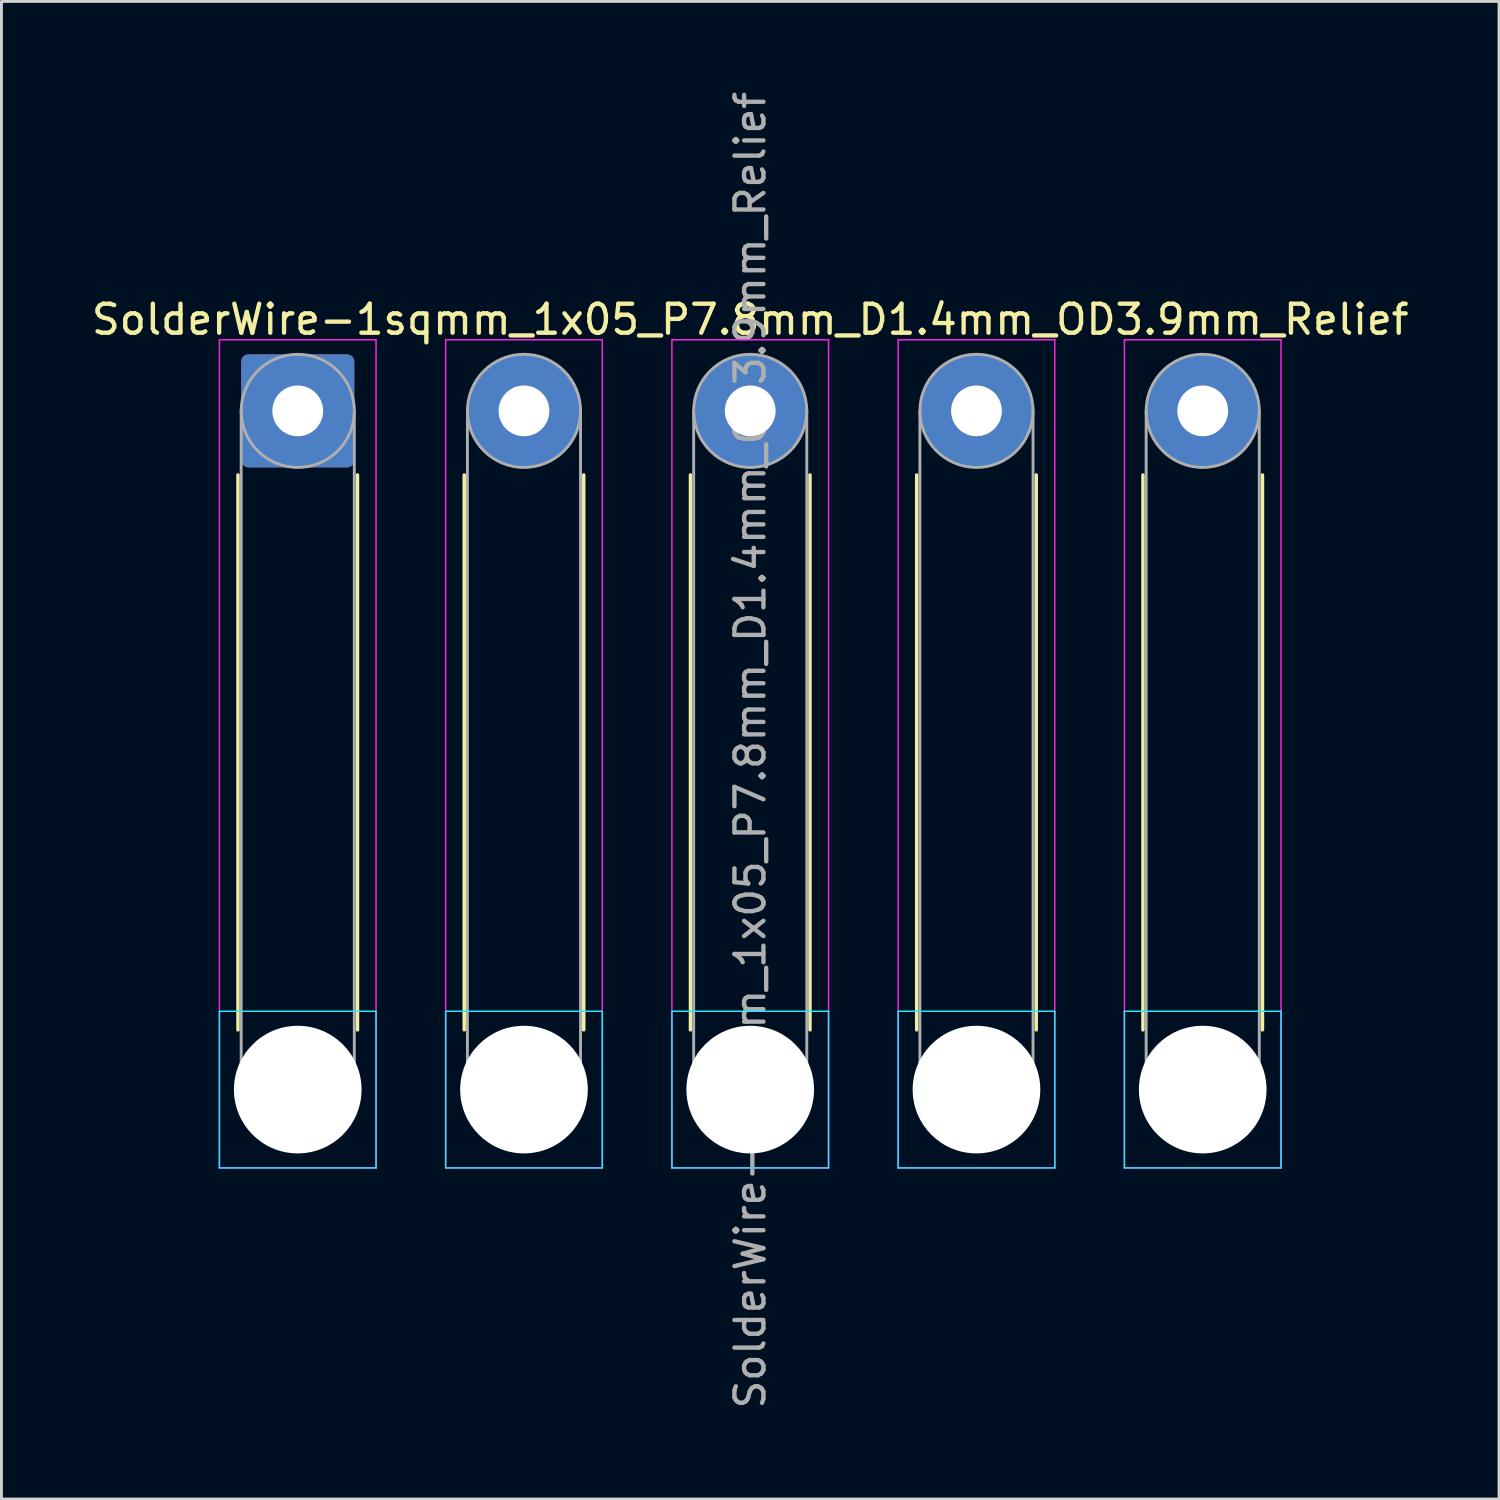
<source format=kicad_pcb>
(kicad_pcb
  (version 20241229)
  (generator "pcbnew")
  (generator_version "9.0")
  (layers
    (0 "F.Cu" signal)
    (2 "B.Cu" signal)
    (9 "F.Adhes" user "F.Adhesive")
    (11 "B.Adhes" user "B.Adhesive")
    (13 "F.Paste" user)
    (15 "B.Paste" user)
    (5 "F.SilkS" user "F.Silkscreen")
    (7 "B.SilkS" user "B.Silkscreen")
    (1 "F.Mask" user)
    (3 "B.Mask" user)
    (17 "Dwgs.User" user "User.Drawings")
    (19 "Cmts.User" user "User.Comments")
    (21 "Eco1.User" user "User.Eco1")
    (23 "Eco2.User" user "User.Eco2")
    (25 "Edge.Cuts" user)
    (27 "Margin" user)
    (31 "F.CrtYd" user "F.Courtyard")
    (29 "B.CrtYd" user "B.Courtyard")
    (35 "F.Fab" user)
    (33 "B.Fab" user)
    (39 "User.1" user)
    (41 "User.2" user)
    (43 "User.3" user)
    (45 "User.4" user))
  (footprint "SolderWire-1sqmm_1x05_P7.8mm_D1.4mm_OD3.9mm_Relief"
    (layer "F.Cu")
    (at 7.215 11.115)
    (property "Reference" "SolderWire-1sqmm_1x05_P7.8mm_D1.4mm_OD3.9mm_Relief" (at 15.6 -3.15 0) (layer "F.SilkS") (effects (font (size 1 1) (thickness 0.15))))
    (attr exclude_from_pos_files exclude_from_bom)
    (fp_line (start -2.06 2.21) (end -2.06 21.34) (stroke (width 0.12) (type solid)) (layer "F.SilkS"))
    (fp_line (start 2.06 2.21) (end 2.06 21.34) (stroke (width 0.12) (type solid)) (layer "F.SilkS"))
    (fp_line (start 5.74 2.21) (end 5.74 21.34) (stroke (width 0.12) (type solid)) (layer "F.SilkS"))
    (fp_line (start 9.86 2.21) (end 9.86 21.34) (stroke (width 0.12) (type solid)) (layer "F.SilkS"))
    (fp_line (start 13.54 2.21) (end 13.54 21.34) (stroke (width 0.12) (type solid)) (layer "F.SilkS"))
    (fp_line (start 17.66 2.21) (end 17.66 21.34) (stroke (width 0.12) (type solid)) (layer "F.SilkS"))
    (fp_line (start 21.34 2.21) (end 21.34 21.34) (stroke (width 0.12) (type solid)) (layer "F.SilkS"))
    (fp_line (start 25.46 2.21) (end 25.46 21.34) (stroke (width 0.12) (type solid)) (layer "F.SilkS"))
    (fp_line (start 29.14 2.21) (end 29.14 21.34) (stroke (width 0.12) (type solid)) (layer "F.SilkS"))
    (fp_line (start 33.26 2.21) (end 33.26 21.34) (stroke (width 0.12) (type solid)) (layer "F.SilkS"))
    (fp_line (start -2.7 20.7) (end -2.7 26.1) (stroke (width 0.05) (type solid)) (layer "B.CrtYd"))
    (fp_line (start -2.7 26.1) (end 2.7 26.1) (stroke (width 0.05) (type solid)) (layer "B.CrtYd"))
    (fp_line (start 2.7 20.7) (end -2.7 20.7) (stroke (width 0.05) (type solid)) (layer "B.CrtYd"))
    (fp_line (start 2.7 26.1) (end 2.7 20.7) (stroke (width 0.05) (type solid)) (layer "B.CrtYd"))
    (fp_line (start 5.1 20.7) (end 5.1 26.1) (stroke (width 0.05) (type solid)) (layer "B.CrtYd"))
    (fp_line (start 5.1 26.1) (end 10.5 26.1) (stroke (width 0.05) (type solid)) (layer "B.CrtYd"))
    (fp_line (start 10.5 20.7) (end 5.1 20.7) (stroke (width 0.05) (type solid)) (layer "B.CrtYd"))
    (fp_line (start 10.5 26.1) (end 10.5 20.7) (stroke (width 0.05) (type solid)) (layer "B.CrtYd"))
    (fp_line (start 12.9 20.7) (end 12.9 26.1) (stroke (width 0.05) (type solid)) (layer "B.CrtYd"))
    (fp_line (start 12.9 26.1) (end 18.3 26.1) (stroke (width 0.05) (type solid)) (layer "B.CrtYd"))
    (fp_line (start 18.3 20.7) (end 12.9 20.7) (stroke (width 0.05) (type solid)) (layer "B.CrtYd"))
    (fp_line (start 18.3 26.1) (end 18.3 20.7) (stroke (width 0.05) (type solid)) (layer "B.CrtYd"))
    (fp_line (start 20.7 20.7) (end 20.7 26.1) (stroke (width 0.05) (type solid)) (layer "B.CrtYd"))
    (fp_line (start 20.7 26.1) (end 26.1 26.1) (stroke (width 0.05) (type solid)) (layer "B.CrtYd"))
    (fp_line (start 26.1 20.7) (end 20.7 20.7) (stroke (width 0.05) (type solid)) (layer "B.CrtYd"))
    (fp_line (start 26.1 26.1) (end 26.1 20.7) (stroke (width 0.05) (type solid)) (layer "B.CrtYd"))
    (fp_line (start 28.5 20.7) (end 28.5 26.1) (stroke (width 0.05) (type solid)) (layer "B.CrtYd"))
    (fp_line (start 28.5 26.1) (end 33.9 26.1) (stroke (width 0.05) (type solid)) (layer "B.CrtYd"))
    (fp_line (start 33.9 20.7) (end 28.5 20.7) (stroke (width 0.05) (type solid)) (layer "B.CrtYd"))
    (fp_line (start 33.9 26.1) (end 33.9 20.7) (stroke (width 0.05) (type solid)) (layer "B.CrtYd"))
    (fp_line (start -2.7 -2.45) (end -2.7 26.1) (stroke (width 0.05) (type solid)) (layer "F.CrtYd"))
    (fp_line (start -2.7 26.1) (end 2.7 26.1) (stroke (width 0.05) (type solid)) (layer "F.CrtYd"))
    (fp_line (start 2.7 -2.45) (end -2.7 -2.45) (stroke (width 0.05) (type solid)) (layer "F.CrtYd"))
    (fp_line (start 2.7 26.1) (end 2.7 -2.45) (stroke (width 0.05) (type solid)) (layer "F.CrtYd"))
    (fp_line (start 5.1 -2.45) (end 5.1 26.1) (stroke (width 0.05) (type solid)) (layer "F.CrtYd"))
    (fp_line (start 5.1 26.1) (end 10.5 26.1) (stroke (width 0.05) (type solid)) (layer "F.CrtYd"))
    (fp_line (start 10.5 -2.45) (end 5.1 -2.45) (stroke (width 0.05) (type solid)) (layer "F.CrtYd"))
    (fp_line (start 10.5 26.1) (end 10.5 -2.45) (stroke (width 0.05) (type solid)) (layer "F.CrtYd"))
    (fp_line (start 12.9 -2.45) (end 12.9 26.1) (stroke (width 0.05) (type solid)) (layer "F.CrtYd"))
    (fp_line (start 12.9 26.1) (end 18.3 26.1) (stroke (width 0.05) (type solid)) (layer "F.CrtYd"))
    (fp_line (start 18.3 -2.45) (end 12.9 -2.45) (stroke (width 0.05) (type solid)) (layer "F.CrtYd"))
    (fp_line (start 18.3 26.1) (end 18.3 -2.45) (stroke (width 0.05) (type solid)) (layer "F.CrtYd"))
    (fp_line (start 20.7 -2.45) (end 20.7 26.1) (stroke (width 0.05) (type solid)) (layer "F.CrtYd"))
    (fp_line (start 20.7 26.1) (end 26.1 26.1) (stroke (width 0.05) (type solid)) (layer "F.CrtYd"))
    (fp_line (start 26.1 -2.45) (end 20.7 -2.45) (stroke (width 0.05) (type solid)) (layer "F.CrtYd"))
    (fp_line (start 26.1 26.1) (end 26.1 -2.45) (stroke (width 0.05) (type solid)) (layer "F.CrtYd"))
    (fp_line (start 28.5 -2.45) (end 28.5 26.1) (stroke (width 0.05) (type solid)) (layer "F.CrtYd"))
    (fp_line (start 28.5 26.1) (end 33.9 26.1) (stroke (width 0.05) (type solid)) (layer "F.CrtYd"))
    (fp_line (start 33.9 -2.45) (end 28.5 -2.45) (stroke (width 0.05) (type solid)) (layer "F.CrtYd"))
    (fp_line (start 33.9 26.1) (end 33.9 -2.45) (stroke (width 0.05) (type solid)) (layer "F.CrtYd"))
    (fp_line (start -1.95 0) (end -1.95 23.4) (stroke (width 0.1) (type solid)) (layer "F.Fab"))
    (fp_line (start 1.95 0) (end 1.95 23.4) (stroke (width 0.1) (type solid)) (layer "F.Fab"))
    (fp_line (start 5.85 0) (end 5.85 23.4) (stroke (width 0.1) (type solid)) (layer "F.Fab"))
    (fp_line (start 9.75 0) (end 9.75 23.4) (stroke (width 0.1) (type solid)) (layer "F.Fab"))
    (fp_line (start 13.65 0) (end 13.65 23.4) (stroke (width 0.1) (type solid)) (layer "F.Fab"))
    (fp_line (start 17.55 0) (end 17.55 23.4) (stroke (width 0.1) (type solid)) (layer "F.Fab"))
    (fp_line (start 21.45 0) (end 21.45 23.4) (stroke (width 0.1) (type solid)) (layer "F.Fab"))
    (fp_line (start 25.35 0) (end 25.35 23.4) (stroke (width 0.1) (type solid)) (layer "F.Fab"))
    (fp_line (start 29.25 0) (end 29.25 23.4) (stroke (width 0.1) (type solid)) (layer "F.Fab"))
    (fp_line (start 33.15 0) (end 33.15 23.4) (stroke (width 0.1) (type solid)) (layer "F.Fab"))
    (fp_circle (center 0 0) (end 1.95 0) (stroke (width 0.1) (type solid)) (fill no) (layer "F.Fab"))
    (fp_circle (center 0 23.4) (end 1.95 23.4) (stroke (width 0.1) (type solid)) (fill no) (layer "F.Fab"))
    (fp_circle (center 7.8 0) (end 9.75 0) (stroke (width 0.1) (type solid)) (fill no) (layer "F.Fab"))
    (fp_circle (center 7.8 23.4) (end 9.75 23.4) (stroke (width 0.1) (type solid)) (fill no) (layer "F.Fab"))
    (fp_circle (center 15.6 0) (end 17.55 0) (stroke (width 0.1) (type solid)) (fill no) (layer "F.Fab"))
    (fp_circle (center 15.6 23.4) (end 17.55 23.4) (stroke (width 0.1) (type solid)) (fill no) (layer "F.Fab"))
    (fp_circle (center 23.4 0) (end 25.35 0) (stroke (width 0.1) (type solid)) (fill no) (layer "F.Fab"))
    (fp_circle (center 23.4 23.4) (end 25.35 23.4) (stroke (width 0.1) (type solid)) (fill no) (layer "F.Fab"))
    (fp_circle (center 31.2 0) (end 33.15 0) (stroke (width 0.1) (type solid)) (fill no) (layer "F.Fab"))
    (fp_circle (center 31.2 23.4) (end 33.15 23.4) (stroke (width 0.1) (type solid)) (fill no) (layer "F.Fab"))
    (fp_text user "${REFERENCE}" (at 15.6 11.7 90) (layer "F.Fab") (effects (font (size 1 1) (thickness 0.15))))
    (pad "" np_thru_hole circle (at 0 23.4) (size 4.4 4.4) (drill 4.4) (layers "*.Cu" "*.Mask"))
    (pad "" np_thru_hole circle (at 7.8 23.4) (size 4.4 4.4) (drill 4.4) (layers "*.Cu" "*.Mask"))
    (pad "" np_thru_hole circle (at 15.6 23.4) (size 4.4 4.4) (drill 4.4) (layers "*.Cu" "*.Mask"))
    (pad "" np_thru_hole circle (at 23.4 23.4) (size 4.4 4.4) (drill 4.4) (layers "*.Cu" "*.Mask"))
    (pad "" np_thru_hole circle (at 31.2 23.4) (size 4.4 4.4) (drill 4.4) (layers "*.Cu" "*.Mask"))
    (pad "1" thru_hole roundrect (at 0 0) (size 3.9 3.9) (drill 1.75) (layers "*.Cu" "*.Mask") (roundrect_rratio 0.064))
    (pad "2" thru_hole circle (at 7.8 0) (size 3.9 3.9) (drill 1.75) (layers "*.Cu" "*.Mask"))
    (pad "3" thru_hole circle (at 15.6 0) (size 3.9 3.9) (drill 1.75) (layers "*.Cu" "*.Mask"))
    (pad "4" thru_hole circle (at 23.4 0) (size 3.9 3.9) (drill 1.75) (layers "*.Cu" "*.Mask"))
    (pad "5" thru_hole circle (at 31.2 0) (size 3.9 3.9) (drill 1.75) (layers "*.Cu" "*.Mask")))
  (gr_rect
    (start -3 -3)
    (end 48.631 48.631)
    (stroke (width 0.1) (type default))
    (fill no)
    (layer "Edge.Cuts")))
</source>
